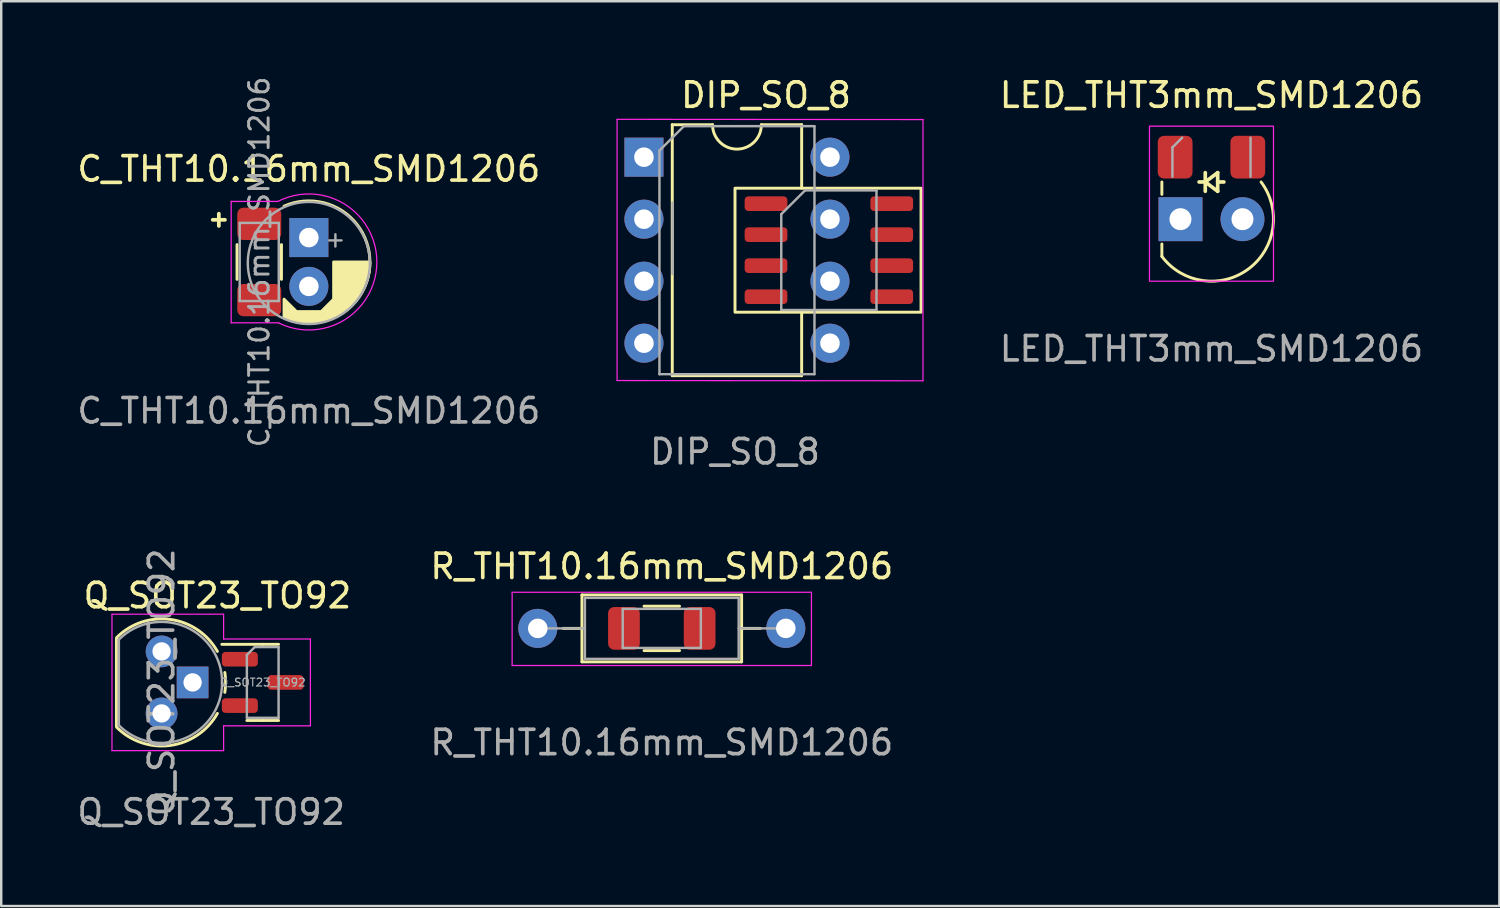
<source format=kicad_pcb>
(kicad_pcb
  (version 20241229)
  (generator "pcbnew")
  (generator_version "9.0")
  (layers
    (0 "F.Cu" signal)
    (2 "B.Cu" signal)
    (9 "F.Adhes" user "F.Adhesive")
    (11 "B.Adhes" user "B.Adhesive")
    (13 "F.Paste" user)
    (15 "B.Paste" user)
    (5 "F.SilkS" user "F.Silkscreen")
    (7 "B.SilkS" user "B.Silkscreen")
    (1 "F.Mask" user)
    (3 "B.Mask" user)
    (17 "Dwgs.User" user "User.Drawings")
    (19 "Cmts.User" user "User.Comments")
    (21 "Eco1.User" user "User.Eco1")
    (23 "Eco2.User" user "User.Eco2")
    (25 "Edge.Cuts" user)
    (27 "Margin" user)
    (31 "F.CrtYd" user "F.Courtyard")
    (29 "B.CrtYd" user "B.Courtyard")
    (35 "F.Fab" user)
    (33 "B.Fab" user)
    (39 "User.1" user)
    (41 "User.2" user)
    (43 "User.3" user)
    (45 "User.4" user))
  (footprint "LED_THT3mm_SMD1206"
    (layer "F.Cu")
    (at 46.574 3.388)
    (property "Reference" "LED_THT3mm_SMD1206" (at 0 -2.54 0) (unlocked yes) (layer "F.SilkS") (effects (font (size 1 1) (thickness 0.15))))
    (attr through_hole)
    (fp_line (start -2.032 1.016) (end -2.032 1.524) (stroke (width 0.12) (type solid)) (layer "F.SilkS"))
    (fp_line (start -2.032 3.556) (end -2.032 4.064) (stroke (width 0.12) (type solid)) (layer "F.SilkS"))
    (fp_line (start -0.508 1.016) (end -0.254 1.016) (stroke (width 0.15) (type solid)) (layer "F.SilkS"))
    (fp_line (start -0.254 0.635) (end -0.254 1.397) (stroke (width 0.15) (type solid)) (layer "F.SilkS"))
    (fp_line (start -0.254 1.016) (end 0.254 1.397) (stroke (width 0.15) (type solid)) (layer "F.SilkS"))
    (fp_line (start 0.254 0.635) (end -0.254 1.016) (stroke (width 0.15) (type solid)) (layer "F.SilkS"))
    (fp_line (start 0.254 1.016) (end 0.508 1.016) (stroke (width 0.15) (type solid)) (layer "F.SilkS"))
    (fp_line (start 0.254 1.397) (end 0.254 0.635) (stroke (width 0.15) (type solid)) (layer "F.SilkS"))
    (fp_arc (start 2.032 1.016) (mid 1.524 4.572) (end -2.032 4.064) (stroke (width 0.12) (type solid)) (layer "F.SilkS"))
    (fp_rect (start -2.54 -1.27) (end 2.54 5.08) (stroke (width 0.05) (type solid)) (fill no) (layer "F.CrtYd"))
    (fp_line (start -1.6 -0.4) (end -1.6 0.8) (stroke (width 0.1) (type solid)) (layer "F.Fab"))
    (fp_line (start -1.2 -0.8) (end -1.6 -0.4) (stroke (width 0.1) (type solid)) (layer "F.Fab"))
    (fp_line (start 1.6 0.8) (end 1.6 -0.8) (stroke (width 0.1) (type solid)) (layer "F.Fab"))
    (fp_text user "${REFERENCE}" (at 0 7.85 0) (unlocked yes) (layer "F.Fab") (effects (font (size 1 1) (thickness 0.15))))
    (pad "1" smd roundrect (at -1.488 0) (size 1.425 1.75) (layers "F.Cu" "F.Mask" "F.Paste") (roundrect_rratio 0.175))
    (pad "1" thru_hole rect (at -1.27 2.54) (size 1.8 1.8) (drill 0.9) (layers "*.Cu" "*.Mask"))
    (pad "2" thru_hole circle (at 1.27 2.54) (size 1.8 1.8) (drill 0.9) (layers "*.Cu" "*.Mask"))
    (pad "2" smd roundrect (at 1.488 0) (size 1.425 1.75) (layers "F.Cu" "F.Mask" "F.Paste") (roundrect_rratio 0.175)))
  (footprint "C_THT10.16mm_SMD1206"
    (layer "F.Cu")
    (at 9.601 7.681)
    (property "Reference" "C_THT10.16mm_SMD1206" (at 0 -3.81 0) (unlocked yes) (layer "F.SilkS") (effects (font (size 1 1) (thickness 0.15))))
    (attr through_hole)
    (fp_line (start -3.937 -1.727) (end -3.437 -1.727) (stroke (width 0.153) (type solid)) (layer "F.SilkS"))
    (fp_line (start -3.687 -1.477) (end -3.687 -1.977) (stroke (width 0.153) (type solid)) (layer "F.SilkS"))
    (fp_line (start -2.942 -0.711) (end -2.942 0.711) (stroke (width 0.12) (type solid)) (layer "F.SilkS"))
    (fp_line (start -1.122 -0.711) (end -1.122 0.711) (stroke (width 0.12) (type solid)) (layer "F.SilkS"))
    (fp_arc (start -1.016 -2.285999) (mid 2.501609 0) (end -1.016 2.285999) (stroke (width 0.12) (type solid)) (layer "F.SilkS"))
    (fp_poly (pts (xy 1.016 1.524) (xy 1.016 0) (arc (start 2.501609 0) (mid 1.36316 2.09758) (end -1.016 2.285999)) (xy -1.016 1.524) (xy -0.508 2.032) (xy 0.508 2.032)) (stroke (width 0.12) (type solid)) (fill yes) (layer "F.SilkS"))
    (fp_line (start -3.182 -2.48) (end -1.27 -2.48) (stroke (width 0.05) (type solid)) (layer "F.CrtYd"))
    (fp_line (start -3.182 2.492) (end -3.182 -2.48) (stroke (width 0.05) (type solid)) (layer "F.CrtYd"))
    (fp_line (start -1.246 2.492) (end -3.182 2.492) (stroke (width 0.05) (type solid)) (layer "F.CrtYd"))
    (fp_arc (start -1.27 -2.479999) (mid 2.786237 -0.013417) (end -1.246057 2.492115) (stroke (width 0.05) (type solid)) (layer "F.CrtYd"))
    (fp_line (start -2.832 -1.6) (end -1.232 -1.6) (stroke (width 0.1) (type solid)) (layer "F.Fab"))
    (fp_line (start -2.832 1.6) (end -2.832 -1.6) (stroke (width 0.1) (type solid)) (layer "F.Fab"))
    (fp_line (start -1.232 -1.6) (end -1.232 1.6) (stroke (width 0.1) (type solid)) (layer "F.Fab"))
    (fp_line (start -1.232 1.6) (end -2.832 1.6) (stroke (width 0.1) (type solid)) (layer "F.Fab"))
    (fp_line (start 1.087 -1.134) (end 1.087 -0.634) (stroke (width 0.1) (type solid)) (layer "F.Fab"))
    (fp_line (start 1.337 -0.884) (end 0.838 -0.884) (stroke (width 0.1) (type solid)) (layer "F.Fab"))
    (fp_circle (center 0 0.04) (end 0 2.54) (stroke (width 0.1) (type solid)) (fill no) (layer "F.Fab"))
    (fp_text user "${REFERENCE}" (at -2.032 0 270) (layer "F.Fab") (effects (font (size 0.8 0.8) (thickness 0.12))))
    (fp_text user "${REFERENCE}" (at 0 6.096 0) (unlocked yes) (layer "F.Fab") (effects (font (size 1 1) (thickness 0.15))))
    (pad "1" smd roundrect (at -2.032 -1.562 270) (size 1.325 1.8) (layers "F.Cu" "F.Mask" "F.Paste") (roundrect_rratio 0.189))
    (pad "1" thru_hole rect (at 0 -1 270) (size 1.6 1.6) (drill 0.8) (layers "*.Cu" "*.Mask"))
    (pad "2" smd roundrect (at -2.032 1.562 270) (size 1.325 1.8) (layers "F.Cu" "F.Mask" "F.Paste") (roundrect_rratio 0.189))
    (pad "2" thru_hole circle (at 0 1 270) (size 1.6 1.6) (drill 0.8) (layers "*.Cu" "*.Mask")))
  (footprint "R_THT10.16mm_SMD1206"
    (layer "F.Cu")
    (at 24.058 22.69)
    (property "Reference" "R_THT10.16mm_SMD1206" (at 0 -2.54 0) (unlocked yes) (layer "F.SilkS") (effects (font (size 1 1) (thickness 0.15))))
    (attr through_hole)
    (fp_line (start -4.04 0) (end -3.27 0) (stroke (width 0.12) (type solid)) (layer "F.SilkS"))
    (fp_line (start -3.27 -1.37) (end -3.27 1.37) (stroke (width 0.12) (type solid)) (layer "F.SilkS"))
    (fp_line (start -3.27 1.37) (end 3.27 1.37) (stroke (width 0.12) (type solid)) (layer "F.SilkS"))
    (fp_line (start -0.727 -0.91) (end 0.727 -0.91) (stroke (width 0.12) (type solid)) (layer "F.SilkS"))
    (fp_line (start -0.727 0.91) (end 0.727 0.91) (stroke (width 0.12) (type solid)) (layer "F.SilkS"))
    (fp_line (start 3.27 -1.37) (end -3.27 -1.37) (stroke (width 0.12) (type solid)) (layer "F.SilkS"))
    (fp_line (start 3.27 1.37) (end 3.27 -1.37) (stroke (width 0.12) (type solid)) (layer "F.SilkS"))
    (fp_line (start 4.04 0) (end 3.27 0) (stroke (width 0.12) (type solid)) (layer "F.SilkS"))
    (fp_line (start -6.13 -1.48) (end -6.13 1.52) (stroke (width 0.05) (type solid)) (layer "F.CrtYd"))
    (fp_line (start -6.13 1.52) (end 6.13 1.52) (stroke (width 0.05) (type solid)) (layer "F.CrtYd"))
    (fp_line (start 6.13 -1.48) (end -6.13 -1.48) (stroke (width 0.05) (type solid)) (layer "F.CrtYd"))
    (fp_line (start 6.13 1.52) (end 6.13 -1.48) (stroke (width 0.05) (type solid)) (layer "F.CrtYd"))
    (fp_line (start -5.08 0) (end -3.15 0) (stroke (width 0.1) (type solid)) (layer "F.Fab"))
    (fp_line (start -3.15 -1.25) (end -3.15 1.25) (stroke (width 0.1) (type solid)) (layer "F.Fab"))
    (fp_line (start -3.15 1.25) (end 3.15 1.25) (stroke (width 0.1) (type solid)) (layer "F.Fab"))
    (fp_line (start -1.6 -0.8) (end 1.6 -0.8) (stroke (width 0.1) (type solid)) (layer "F.Fab"))
    (fp_line (start -1.6 0.8) (end -1.6 -0.8) (stroke (width 0.1) (type solid)) (layer "F.Fab"))
    (fp_line (start 1.6 -0.8) (end 1.6 0.8) (stroke (width 0.1) (type solid)) (layer "F.Fab"))
    (fp_line (start 1.6 0.8) (end -1.6 0.8) (stroke (width 0.1) (type solid)) (layer "F.Fab"))
    (fp_line (start 3.15 -1.25) (end -3.15 -1.25) (stroke (width 0.1) (type solid)) (layer "F.Fab"))
    (fp_line (start 3.15 1.25) (end 3.15 -1.25) (stroke (width 0.1) (type solid)) (layer "F.Fab"))
    (fp_line (start 5.08 0) (end 3.15 0) (stroke (width 0.1) (type solid)) (layer "F.Fab"))
    (fp_text user "${REFERENCE}" (at 0 4.675 0) (unlocked yes) (layer "F.Fab") (effects (font (size 1 1) (thickness 0.15))))
    (pad "1" thru_hole circle (at -5.08 0) (size 1.6 1.6) (drill 0.8) (layers "*.Cu" "*.Mask"))
    (pad "1" smd roundrect (at -1.55 0) (size 1.3 1.75) (layers "F.Cu" "F.Mask" "F.Paste") (roundrect_rratio 0.192))
    (pad "2" smd roundrect (at 1.55 0) (size 1.3 1.75) (layers "F.Cu" "F.Mask" "F.Paste") (roundrect_rratio 0.192))
    (pad "2" thru_hole oval (at 5.08 0) (size 1.6 1.6) (drill 0.8) (layers "*.Cu" "*.Mask")))
  (footprint "Q_SOT23_TO92"
    (layer "F.Cu")
    (at 4.839 24.903)
    (property "Reference" "Q_SOT23_TO92" (at 1.016 -3.556 0) (unlocked yes) (layer "F.SilkS") (effects (font (size 1 1) (thickness 0.15))))
    (attr through_hole)
    (fp_line (start -3.12 -1.8) (end -3.12 1.8) (stroke (width 0.12) (type solid)) (layer "F.SilkS"))
    (fp_line (start 2.873 -1.56) (end 1.198 -1.56) (stroke (width 0.12) (type solid)) (layer "F.SilkS"))
    (fp_line (start 2.873 -1.56) (end 3.522 -1.56) (stroke (width 0.12) (type solid)) (layer "F.SilkS"))
    (fp_line (start 2.873 1.56) (end 2.223 1.56) (stroke (width 0.12) (type solid)) (layer "F.SilkS"))
    (fp_line (start 2.873 1.56) (end 3.522 1.56) (stroke (width 0.12) (type solid)) (layer "F.SilkS"))
    (fp_arc (start -3.108478 -1.838478) (mid -0.904994 -2.579014) (end 1.016 -1.27) (stroke (width 0.12) (type solid)) (layer "F.SilkS"))
    (fp_arc (start 1.016 1.27) (mid -0.904993 2.579018) (end -3.108478 1.838478) (stroke (width 0.12) (type solid)) (layer "F.SilkS"))
    (fp_arc (start 1.320799 -0.4064) (mid 1.35248 0.000038) (end 1.320787 0.406476) (stroke (width 0.12) (type solid)) (layer "F.SilkS"))
    (fp_line (start -3.302 -2.794) (end -3.302 2.794) (stroke (width 0.05) (type solid)) (layer "F.CrtYd"))
    (fp_line (start -3.302 2.794) (end 1.27 2.794) (stroke (width 0.05) (type solid)) (layer "F.CrtYd"))
    (fp_line (start 1.27 -2.794) (end -3.302 -2.794) (stroke (width 0.05) (type solid)) (layer "F.CrtYd"))
    (fp_line (start 1.27 -2.794) (end 1.27 -1.778) (stroke (width 0.05) (type solid)) (layer "F.CrtYd"))
    (fp_line (start 1.27 -1.778) (end 4.826 -1.778) (stroke (width 0.05) (type solid)) (layer "F.CrtYd"))
    (fp_line (start 1.27 1.778) (end 4.826 1.778) (stroke (width 0.05) (type solid)) (layer "F.CrtYd"))
    (fp_line (start 1.27 2.794) (end 1.27 1.778) (stroke (width 0.05) (type solid)) (layer "F.CrtYd"))
    (fp_line (start 4.826 1.778) (end 4.826 -1.778) (stroke (width 0.05) (type solid)) (layer "F.CrtYd"))
    (fp_line (start -3.02 -1.77) (end -3.02 1.73) (stroke (width 0.1) (type solid)) (layer "F.Fab"))
    (fp_line (start 2.223 -1.125) (end 2.547 -1.45) (stroke (width 0.1) (type solid)) (layer "F.Fab"))
    (fp_line (start 2.223 1.45) (end 2.223 -1.125) (stroke (width 0.1) (type solid)) (layer "F.Fab"))
    (fp_line (start 2.547 -1.45) (end 3.522 -1.45) (stroke (width 0.1) (type solid)) (layer "F.Fab"))
    (fp_line (start 3.522 -1.45) (end 3.522 1.45) (stroke (width 0.1) (type solid)) (layer "F.Fab"))
    (fp_line (start 3.522 1.45) (end 2.223 1.45) (stroke (width 0.1) (type solid)) (layer "F.Fab"))
    (fp_arc (start -3.023625 -1.753625) (mid -0.320945 -2.291221) (end 1.21 0) (stroke (width 0.1) (type solid)) (layer "F.Fab"))
    (fp_arc (start 1.21 0) (mid -0.320945 2.291221) (end -3.023625 1.753625) (stroke (width 0.1) (type solid)) (layer "F.Fab"))
    (fp_text user "${REFERENCE}" (at 0.762 5.31 0) (unlocked yes) (layer "F.Fab") (effects (font (size 1 1) (thickness 0.15))))
    (fp_text user "${REFERENCE}" (at -1.27 0 270) (layer "F.Fab") (effects (font (size 1 1) (thickness 0.15))))
    (fp_text user "${REFERENCE}" (at 2.873 0 0) (layer "F.Fab") (effects (font (size 0.32 0.32) (thickness 0.05))))
    (pad "1" thru_hole rect (at 0 0 270) (size 1.3 1.3) (drill 0.75) (layers "*.Cu" "*.Mask"))
    (pad "1" smd roundrect (at 1.935 -0.95) (size 1.475 0.6) (layers "F.Cu" "F.Mask" "F.Paste") (roundrect_rratio 0.25))
    (pad "2" thru_hole circle (at -1.27 1.27 270) (size 1.3 1.3) (drill 0.75) (layers "*.Cu" "*.Mask"))
    (pad "2" smd roundrect (at 1.935 0.95) (size 1.475 0.6) (layers "F.Cu" "F.Mask" "F.Paste") (roundrect_rratio 0.25))
    (pad "3" thru_hole circle (at -1.27 -1.27 270) (size 1.3 1.3) (drill 0.75) (layers "*.Cu" "*.Mask"))
    (pad "3" smd roundrect (at 3.81 0) (size 1.475 0.6) (layers "F.Cu" "F.Mask" "F.Paste") (roundrect_rratio 0.25)))
  (footprint "DIP_SO_8"
    (layer "F.Cu")
    (at 27.057 7.198)
    (property "Reference" "DIP_SO_8" (at 1.27 -6.35 0) (unlocked yes) (layer "F.SilkS") (effects (font (size 1 1) (thickness 0.15))))
    (attr through_hole)
    (fp_line (start -2.57 -5.14) (end -2.57 5.14) (stroke (width 0.12) (type solid)) (layer "F.SilkS"))
    (fp_line (start -2.57 5.14) (end 2.73 5.14) (stroke (width 0.12) (type solid)) (layer "F.SilkS"))
    (fp_line (start -0.92 -5.14) (end -2.57 -5.14) (stroke (width 0.12) (type solid)) (layer "F.SilkS"))
    (fp_line (start 2.73 -5.14) (end 1.08 -5.14) (stroke (width 0.12) (type solid)) (layer "F.SilkS"))
    (fp_line (start 2.73 -2.54) (end 2.73 -5.14) (stroke (width 0.12) (type solid)) (layer "F.SilkS"))
    (fp_line (start 2.73 5.14) (end 2.73 2.54) (stroke (width 0.12) (type solid)) (layer "F.SilkS"))
    (fp_rect (start 0 -2.54) (end 7.62 2.54) (stroke (width 0.12) (type solid)) (fill no) (layer "F.SilkS"))
    (fp_arc (start 1.08 -5.14) (mid 0.08 -4.14) (end -0.92 -5.14) (stroke (width 0.12) (type solid)) (layer "F.SilkS"))
    (fp_line (start -4.83 -5.36) (end -4.83 5.34) (stroke (width 0.05) (type solid)) (layer "F.CrtYd"))
    (fp_line (start -4.83 5.34) (end 7.7 5.35) (stroke (width 0.05) (type solid)) (layer "F.CrtYd"))
    (fp_line (start 7.7 -5.35) (end -4.83 -5.36) (stroke (width 0.05) (type solid)) (layer "F.CrtYd"))
    (fp_line (start 7.7 5.35) (end 7.7 -5.35) (stroke (width 0.05) (type solid)) (layer "F.CrtYd"))
    (fp_line (start -3.095 -4.08) (end -2.095 -5.08) (stroke (width 0.1) (type solid)) (layer "F.Fab"))
    (fp_line (start -3.095 5.08) (end -3.095 -4.08) (stroke (width 0.1) (type solid)) (layer "F.Fab"))
    (fp_line (start -2.56 0.975) (end -2.56 -1.95) (stroke (width 0.1) (type solid)) (layer "F.Fab"))
    (fp_line (start -2.095 -5.08) (end 3.255 -5.08) (stroke (width 0.1) (type solid)) (layer "F.Fab"))
    (fp_line (start 1.895 -1.475) (end 2.87 -2.45) (stroke (width 0.1) (type solid)) (layer "F.Fab"))
    (fp_line (start 1.895 2.45) (end 1.895 -1.475) (stroke (width 0.1) (type solid)) (layer "F.Fab"))
    (fp_line (start 2.87 -2.45) (end 5.795 -2.45) (stroke (width 0.1) (type solid)) (layer "F.Fab"))
    (fp_line (start 3.255 -5.08) (end 3.255 5.08) (stroke (width 0.1) (type solid)) (layer "F.Fab"))
    (fp_line (start 3.255 5.08) (end -3.095 5.08) (stroke (width 0.1) (type solid)) (layer "F.Fab"))
    (fp_line (start 5.795 -2.45) (end 5.795 2.45) (stroke (width 0.1) (type solid)) (layer "F.Fab"))
    (fp_line (start 5.795 2.45) (end 1.895 2.45) (stroke (width 0.1) (type solid)) (layer "F.Fab"))
    (fp_text user "${REFERENCE}" (at 0 8.255 0) (unlocked yes) (layer "F.Fab") (effects (font (size 1 1) (thickness 0.15))))
    (pad "1" thru_hole rect (at -3.73 -3.81) (size 1.6 1.6) (drill 0.8) (layers "*.Cu" "*.Mask"))
    (pad "1" smd roundrect (at 1.27 -1.905) (size 1.75 0.6) (layers "F.Cu" "F.Mask" "F.Paste") (roundrect_rratio 0.25))
    (pad "2" thru_hole oval (at -3.73 -1.27) (size 1.6 1.6) (drill 0.8) (layers "*.Cu" "*.Mask"))
    (pad "2" smd roundrect (at 1.27 -0.635) (size 1.75 0.6) (layers "F.Cu" "F.Mask" "F.Paste") (roundrect_rratio 0.25))
    (pad "3" thru_hole oval (at -3.73 1.27) (size 1.6 1.6) (drill 0.8) (layers "*.Cu" "*.Mask"))
    (pad "3" smd roundrect (at 1.27 0.635) (size 1.75 0.6) (layers "F.Cu" "F.Mask" "F.Paste") (roundrect_rratio 0.25))
    (pad "4" thru_hole oval (at -3.73 3.81) (size 1.6 1.6) (drill 0.8) (layers "*.Cu" "*.Mask"))
    (pad "4" smd roundrect (at 1.27 1.905) (size 1.75 0.6) (layers "F.Cu" "F.Mask" "F.Paste") (roundrect_rratio 0.25))
    (pad "5" thru_hole oval (at 3.89 3.81) (size 1.6 1.6) (drill 0.8) (layers "*.Cu" "*.Mask"))
    (pad "5" smd roundrect (at 6.42 1.905) (size 1.75 0.6) (layers "F.Cu" "F.Mask" "F.Paste") (roundrect_rratio 0.25))
    (pad "6" thru_hole oval (at 3.89 1.27) (size 1.6 1.6) (drill 0.8) (layers "*.Cu" "*.Mask"))
    (pad "6" smd roundrect (at 6.42 0.635) (size 1.75 0.6) (layers "F.Cu" "F.Mask" "F.Paste") (roundrect_rratio 0.25))
    (pad "7" thru_hole oval (at 3.89 -1.27) (size 1.6 1.6) (drill 0.8) (layers "*.Cu" "*.Mask"))
    (pad "7" smd roundrect (at 6.42 -0.635) (size 1.75 0.6) (layers "F.Cu" "F.Mask" "F.Paste") (roundrect_rratio 0.25))
    (pad "8" thru_hole oval (at 3.89 -3.81) (size 1.6 1.6) (drill 0.8) (layers "*.Cu" "*.Mask"))
    (pad "8" smd roundrect (at 6.42 -1.905) (size 1.75 0.6) (layers "F.Cu" "F.Mask" "F.Paste") (roundrect_rratio 0.25)))
  (gr_rect
    (start -3 -3)
    (end 58.366 34.061)
    (stroke (width 0.1) (type default))
    (fill no)
    (layer "Edge.Cuts")))
</source>
